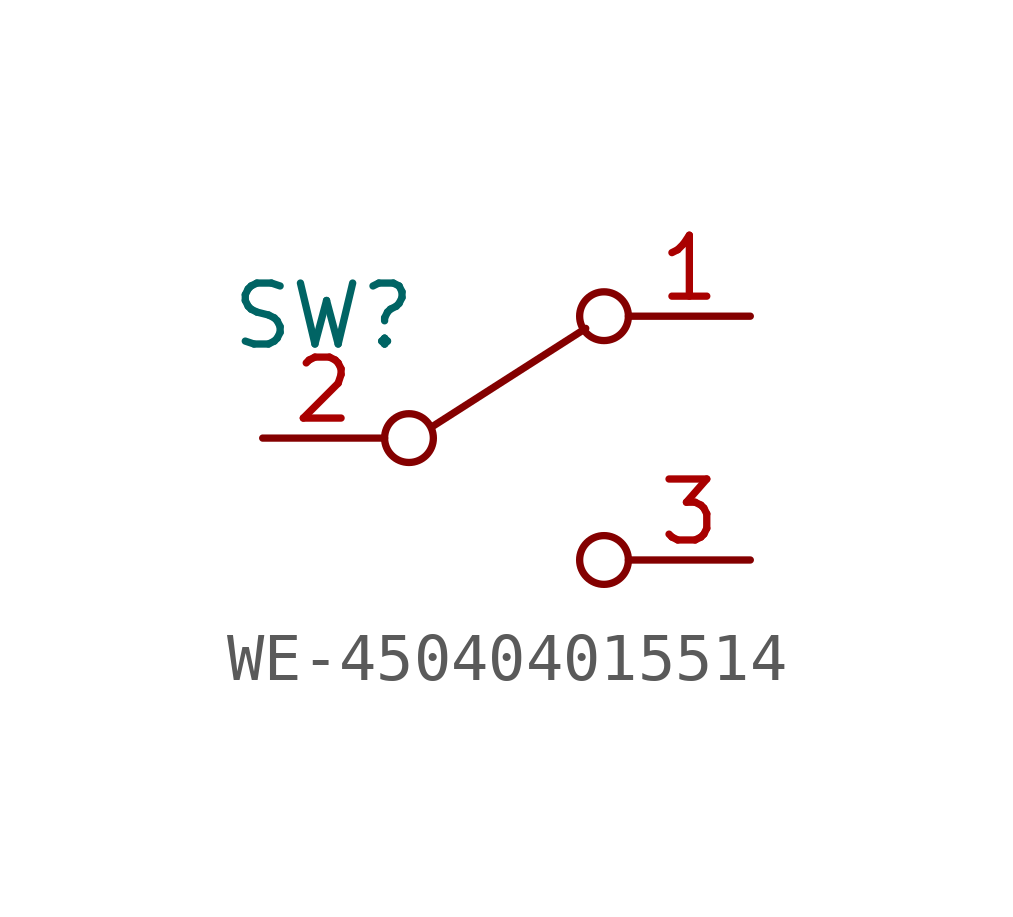
<source format=kicad_sym>
(kicad_symbol_lib
  (version 20220914)
  (generator kicad_symbol_editor)
  (symbol "WE-450404015514"
    (property "Reference" "SW"
      (at 1.27 2.54 0)
      (effects (font (size 1.27 1.27))))
    (symbol "WE-450404015514_0_0"
      (circle (center 3.048 0) (radius 0.508) (stroke (width 0) (type default)) (fill (type none)))
      (circle (center 7.112 -2.54) (radius 0.508) (stroke (width 0) (type default)) (fill (type none))))
    (symbol "WE-450404015514_0_1"
      (polyline (pts (xy 3.556 0.254) (xy 6.731 2.286)) (stroke (width 0) (type default)) (fill (type none)))
      (circle (center 7.112 2.54) (radius 0.508) (stroke (width 0) (type default)) (fill (type none))))
    (symbol "WE-450404015514_1_1"
      (pin passive line (at 10.16 2.54 180) (length 2.54) (name "" (effects (font (size 1.27 1.27)))) (number "1" (effects (font (size 1.27 1.27)))))
      (pin passive line (at 0 0 0) (length 2.54) (name "" (effects (font (size 1.27 1.27)))) (number "2" (effects (font (size 1.27 1.27)))))
      (pin passive line (at 10.16 -2.54 180) (length 2.54) (name "" (effects (font (size 1.27 1.27)))) (number "3" (effects (font (size 1.27 1.27)))))
      (pin passive line (at 0 -2.54 0) (length 2.54) hide (name "" (effects (font (size 1.27 1.27)))) (number "S" (effects (font (size 1.27 1.27))))))))
</source>
